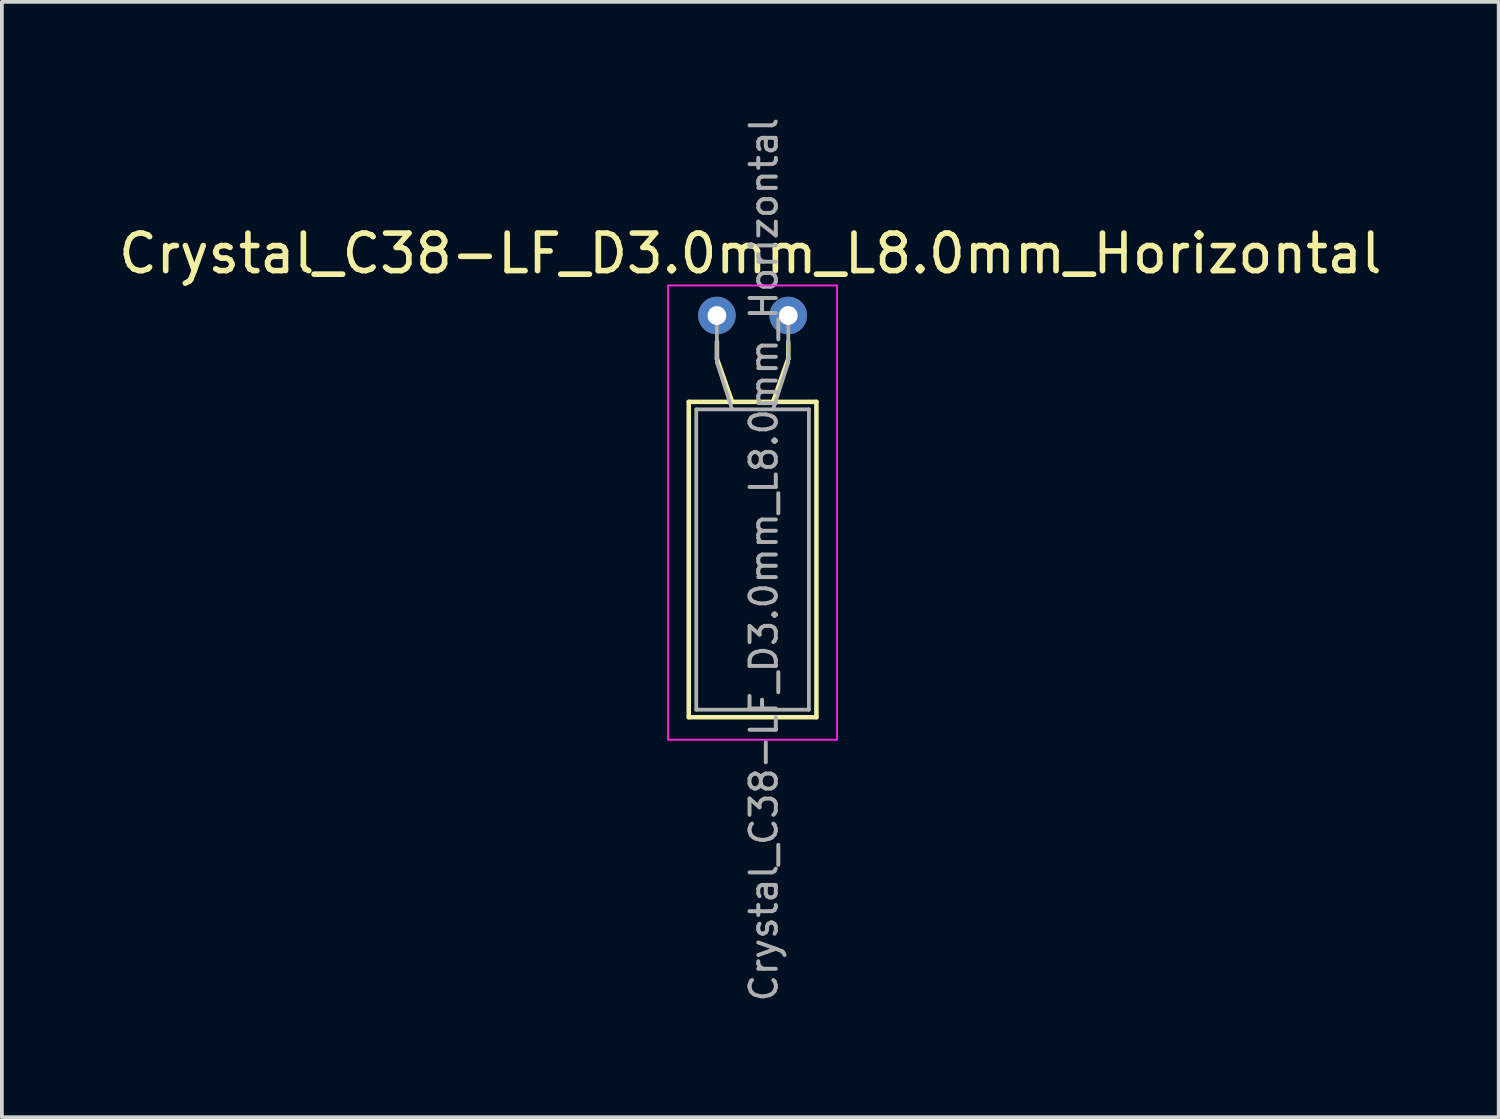
<source format=kicad_pcb>
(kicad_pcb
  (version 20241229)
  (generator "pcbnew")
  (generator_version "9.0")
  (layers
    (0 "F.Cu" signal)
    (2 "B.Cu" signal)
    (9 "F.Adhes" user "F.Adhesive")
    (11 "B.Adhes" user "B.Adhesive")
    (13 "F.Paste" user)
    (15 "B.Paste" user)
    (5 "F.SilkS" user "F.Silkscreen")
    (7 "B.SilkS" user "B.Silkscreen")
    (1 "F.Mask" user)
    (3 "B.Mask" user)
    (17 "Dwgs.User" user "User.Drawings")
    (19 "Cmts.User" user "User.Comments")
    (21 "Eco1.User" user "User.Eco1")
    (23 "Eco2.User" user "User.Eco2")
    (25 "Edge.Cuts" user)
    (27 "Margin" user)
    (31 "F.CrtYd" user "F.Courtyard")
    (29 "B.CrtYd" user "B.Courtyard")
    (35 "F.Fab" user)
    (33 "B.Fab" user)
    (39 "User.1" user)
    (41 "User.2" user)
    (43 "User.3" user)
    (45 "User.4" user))
  (footprint "Crystal_C38-LF_D3.0mm_L8.0mm_Horizontal"
    (layer "F.Cu")
    (at 16.046 5.354)
    (property "Reference" "Crystal_C38-LF_D3.0mm_L8.0mm_Horizontal" (at 0.889 -1.651 0) (layer "F.SilkS") (effects (font (size 1 1) (thickness 0.15))))
    (attr through_hole)
    (fp_line (start -0.75 2.3) (end -0.75 10.7) (stroke (width 0.12) (type solid)) (layer "F.SilkS"))
    (fp_line (start -0.75 10.7) (end 2.65 10.7) (stroke (width 0.12) (type solid)) (layer "F.SilkS"))
    (fp_line (start 0 1.15) (end 0 0.7) (stroke (width 0.12) (type solid)) (layer "F.SilkS"))
    (fp_line (start 0.405 2.3) (end 0 1.15) (stroke (width 0.12) (type solid)) (layer "F.SilkS"))
    (fp_line (start 1.495 2.3) (end 1.9 1.15) (stroke (width 0.12) (type solid)) (layer "F.SilkS"))
    (fp_line (start 1.9 1.15) (end 1.9 0.7) (stroke (width 0.12) (type solid)) (layer "F.SilkS"))
    (fp_line (start 2.65 2.3) (end -0.75 2.3) (stroke (width 0.12) (type solid)) (layer "F.SilkS"))
    (fp_line (start 2.65 10.7) (end 2.65 2.3) (stroke (width 0.12) (type solid)) (layer "F.SilkS"))
    (fp_line (start -1.3 -0.8) (end -1.3 11.3) (stroke (width 0.05) (type solid)) (layer "F.CrtYd"))
    (fp_line (start -1.3 11.3) (end 3.2 11.3) (stroke (width 0.05) (type solid)) (layer "F.CrtYd"))
    (fp_line (start 3.2 -0.8) (end -1.3 -0.8) (stroke (width 0.05) (type solid)) (layer "F.CrtYd"))
    (fp_line (start 3.2 11.3) (end 3.2 -0.8) (stroke (width 0.05) (type solid)) (layer "F.CrtYd"))
    (fp_line (start -0.55 2.5) (end -0.55 10.5) (stroke (width 0.1) (type solid)) (layer "F.Fab"))
    (fp_line (start -0.55 10.5) (end 2.45 10.5) (stroke (width 0.1) (type solid)) (layer "F.Fab"))
    (fp_line (start 0 1.25) (end 0 0) (stroke (width 0.1) (type solid)) (layer "F.Fab"))
    (fp_line (start 0.405 2.5) (end 0 1.25) (stroke (width 0.1) (type solid)) (layer "F.Fab"))
    (fp_line (start 1.495 2.5) (end 1.9 1.25) (stroke (width 0.1) (type solid)) (layer "F.Fab"))
    (fp_line (start 1.9 1.25) (end 1.9 0) (stroke (width 0.1) (type solid)) (layer "F.Fab"))
    (fp_line (start 2.45 2.5) (end -0.55 2.5) (stroke (width 0.1) (type solid)) (layer "F.Fab"))
    (fp_line (start 2.45 10.5) (end 2.45 2.5) (stroke (width 0.1) (type solid)) (layer "F.Fab"))
    (fp_text user "${REFERENCE}" (at 1.25 6.5 270) (layer "F.Fab") (effects (font (size 0.7 0.7) (thickness 0.105))))
    (pad "1" thru_hole circle (at 0 0) (size 1 1) (drill 0.5) (layers "*.Cu" "*.Mask"))
    (pad "2" thru_hole circle (at 1.9 0) (size 1 1) (drill 0.5) (layers "*.Cu" "*.Mask")))
  (gr_rect
    (start -3 -3)
    (end 36.869 26.708)
    (stroke (width 0.1) (type default))
    (fill no)
    (layer "Edge.Cuts")))
</source>
